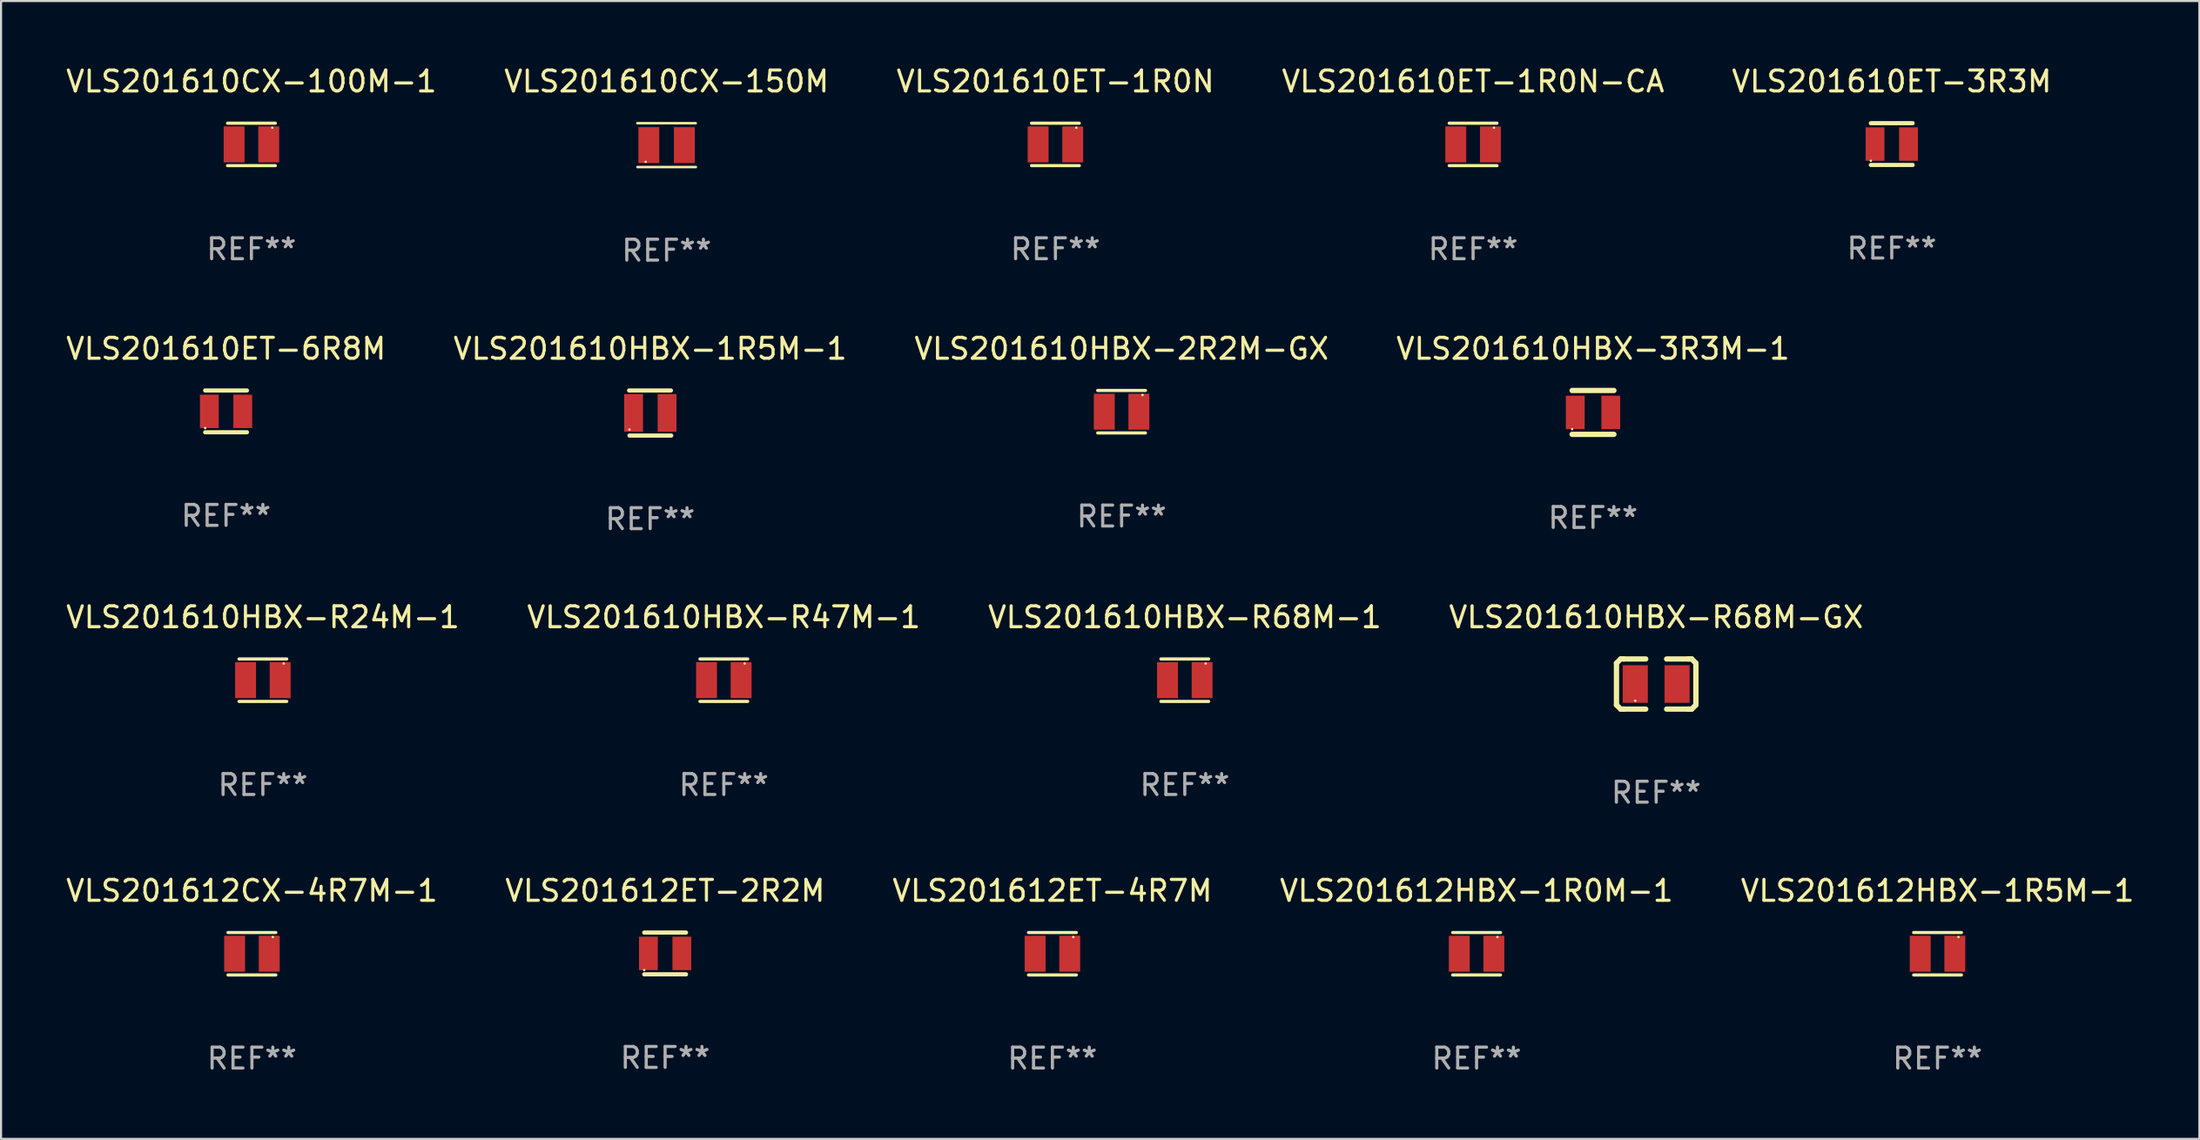
<source format=kicad_pcb>
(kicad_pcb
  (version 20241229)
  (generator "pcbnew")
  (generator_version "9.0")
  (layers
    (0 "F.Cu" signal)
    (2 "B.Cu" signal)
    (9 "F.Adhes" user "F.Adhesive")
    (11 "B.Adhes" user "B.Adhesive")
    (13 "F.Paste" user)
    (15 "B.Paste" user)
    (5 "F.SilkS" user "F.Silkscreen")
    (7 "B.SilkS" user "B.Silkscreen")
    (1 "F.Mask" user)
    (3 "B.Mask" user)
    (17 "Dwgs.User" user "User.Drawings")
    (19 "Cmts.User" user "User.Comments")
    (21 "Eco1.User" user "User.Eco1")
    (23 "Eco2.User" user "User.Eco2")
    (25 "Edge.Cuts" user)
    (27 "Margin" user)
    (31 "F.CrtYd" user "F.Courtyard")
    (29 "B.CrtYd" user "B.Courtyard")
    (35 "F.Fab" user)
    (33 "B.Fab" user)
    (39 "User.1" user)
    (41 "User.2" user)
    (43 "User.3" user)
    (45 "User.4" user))
  (footprint "VLS201610HBX-R68M-1"
    (layer "F.Cu")
    (at 53.649 29.515)
    (property "Reference" "VLS201610HBX-R68M-1" (at 0 -3.016 0) (layer "F.SilkS") (effects (font (size 1 1) (thickness 0.15))))
    (attr through_hole)
    (fp_line (start -1.143 -1.016) (end 1.143 -1.016) (stroke (width 0.152) (type solid)) (layer "F.SilkS"))
    (fp_line (start 1.143 1.016) (end -1.143 1.016) (stroke (width 0.152) (type solid)) (layer "F.SilkS"))
    (fp_circle (center 1 -0.8) (end 1.03 -0.8) (stroke (width 0.06) (type solid)) (fill no) (layer "F.SilkS"))
    (fp_text user "REF**" (at 0 5.016 0) (layer "F.Fab") (effects (font (size 1 1) (thickness 0.15))))
    (pad "1" smd rect (at 0.828 0) (size 1 1.72) (layers "F.Cu" "F.Mask" "F.Paste"))
    (pad "2" smd rect (at -0.828 0) (size 1 1.72) (layers "F.Cu" "F.Mask" "F.Paste")))
  (footprint "VLS201612HBX-1R0M-1"
    (layer "F.Cu")
    (at 67.613 42.612)
    (property "Reference" "VLS201612HBX-1R0M-1" (at 0 -3.016 0) (layer "F.SilkS") (effects (font (size 1 1) (thickness 0.15))))
    (attr through_hole)
    (fp_line (start -1.143 -1.016) (end 1.143 -1.016) (stroke (width 0.152) (type solid)) (layer "F.SilkS"))
    (fp_line (start 1.143 1.016) (end -1.143 1.016) (stroke (width 0.152) (type solid)) (layer "F.SilkS"))
    (fp_circle (center 1 -0.8) (end 1.03 -0.8) (stroke (width 0.06) (type solid)) (fill no) (layer "F.SilkS"))
    (fp_text user "REF**" (at 0 5.016 0) (layer "F.Fab") (effects (font (size 1 1) (thickness 0.15))))
    (pad "1" smd rect (at 0.828 0) (size 1 1.72) (layers "F.Cu" "F.Mask" "F.Paste"))
    (pad "2" smd rect (at -0.828 0) (size 1 1.72) (layers "F.Cu" "F.Mask" "F.Paste")))
  (footprint "VLS201612ET-2R2M"
    (layer "F.Cu")
    (at 28.78 42.596)
    (property "Reference" "VLS201612ET-2R2M" (at 0 -3 0) (layer "F.SilkS") (effects (font (size 1 1) (thickness 0.15))))
    (attr through_hole)
    (fp_line (start -1 -1) (end 1 -1) (stroke (width 0.2) (type solid)) (layer "F.SilkS"))
    (fp_line (start -1 1) (end 1 1) (stroke (width 0.2) (type solid)) (layer "F.SilkS"))
    (fp_circle (center -1 0.8) (end -0.97 0.8) (stroke (width 0.06) (type solid)) (fill no) (layer "F.SilkS"))
    (fp_text user "REF**" (at 0 5 0) (layer "F.Fab") (effects (font (size 1 1) (thickness 0.15))))
    (pad "1" smd rect (at -0.8 0) (size 0.9 1.6) (layers "F.Cu" "F.Mask" "F.Paste"))
    (pad "2" smd rect (at 0.8 0) (size 0.9 1.6) (layers "F.Cu" "F.Mask" "F.Paste")))
  (footprint "VLS201610HBX-R24M-1"
    (layer "F.Cu")
    (at 9.53 29.515)
    (property "Reference" "VLS201610HBX-R24M-1" (at 0 -3.016 0) (layer "F.SilkS") (effects (font (size 1 1) (thickness 0.15))))
    (attr through_hole)
    (fp_line (start -1.143 -1.016) (end 1.143 -1.016) (stroke (width 0.152) (type solid)) (layer "F.SilkS"))
    (fp_line (start 1.143 1.016) (end -1.143 1.016) (stroke (width 0.152) (type solid)) (layer "F.SilkS"))
    (fp_circle (center 1 -0.8) (end 1.03 -0.8) (stroke (width 0.06) (type solid)) (fill no) (layer "F.SilkS"))
    (fp_text user "REF**" (at 0 5.016 0) (layer "F.Fab") (effects (font (size 1 1) (thickness 0.15))))
    (pad "1" smd rect (at 0.828 0) (size 1 1.72) (layers "F.Cu" "F.Mask" "F.Paste"))
    (pad "2" smd rect (at -0.828 0) (size 1 1.72) (layers "F.Cu" "F.Mask" "F.Paste")))
  (footprint "VLS201610HBX-R68M-GX"
    (layer "F.Cu")
    (at 76.208 29.699)
    (property "Reference" "VLS201610HBX-R68M-GX" (at 0 -3.2 0) (layer "F.SilkS") (effects (font (size 1 1) (thickness 0.15))))
    (attr through_hole)
    (fp_line (start -1.9 -1) (end -1.9 1) (stroke (width 0.254) (type solid)) (layer "F.SilkS"))
    (fp_line (start -1.7 -1.2) (end -1.9 -1) (stroke (width 0.254) (type solid)) (layer "F.SilkS"))
    (fp_line (start -1.7 1.2) (end -1.9 1) (stroke (width 0.254) (type solid)) (layer "F.SilkS"))
    (fp_line (start -1.55 -1.2) (end -1.7 -1.2) (stroke (width 0.254) (type solid)) (layer "F.SilkS"))
    (fp_line (start -1.55 1.2) (end -1.7 1.2) (stroke (width 0.254) (type solid)) (layer "F.SilkS"))
    (fp_line (start -0.5 -1.2) (end -1.55 -1.2) (stroke (width 0.254) (type solid)) (layer "F.SilkS"))
    (fp_line (start -0.5 1.2) (end -1.55 1.2) (stroke (width 0.254) (type solid)) (layer "F.SilkS"))
    (fp_line (start 0.5 -1.2) (end 1.55 -1.2) (stroke (width 0.254) (type solid)) (layer "F.SilkS"))
    (fp_line (start 0.5 1.2) (end 1.55 1.2) (stroke (width 0.254) (type solid)) (layer "F.SilkS"))
    (fp_line (start 1.55 -1.2) (end 1.7 -1.2) (stroke (width 0.254) (type solid)) (layer "F.SilkS"))
    (fp_line (start 1.55 1.2) (end 1.7 1.2) (stroke (width 0.254) (type solid)) (layer "F.SilkS"))
    (fp_line (start 1.7 -1.2) (end 1.9 -1) (stroke (width 0.254) (type solid)) (layer "F.SilkS"))
    (fp_line (start 1.7 1.2) (end 1.9 1) (stroke (width 0.254) (type solid)) (layer "F.SilkS"))
    (fp_line (start 1.9 -1) (end 1.9 1) (stroke (width 0.254) (type solid)) (layer "F.SilkS"))
    (fp_circle (center -1 0.8) (end -0.97 0.8) (stroke (width 0.06) (type solid)) (fill no) (layer "F.SilkS"))
    (fp_text user "REF**" (at 0 5.2 0) (layer "F.Fab") (effects (font (size 1 1) (thickness 0.15))))
    (pad "1" smd rect (at -1 0) (size 1.2 1.8) (layers "F.Cu" "F.Mask" "F.Paste"))
    (pad "2" smd rect (at 1 0) (size 1.2 1.8) (layers "F.Cu" "F.Mask" "F.Paste")))
  (footprint "VLS201610HBX-1R5M-1"
    (layer "F.Cu")
    (at 28.065 16.724)
    (property "Reference" "VLS201610HBX-1R5M-1" (at 0 -3.079 0) (layer "F.SilkS") (effects (font (size 1 1) (thickness 0.15))))
    (attr through_hole)
    (fp_line (start -1.008 -1.079) (end 0.992 -1.079) (stroke (width 0.2) (type solid)) (layer "F.SilkS"))
    (fp_line (start -0.992 1.079) (end 1.008 1.079) (stroke (width 0.2) (type solid)) (layer "F.SilkS"))
    (fp_circle (center -0.992 0.793) (end -0.962 0.793) (stroke (width 0.06) (type solid)) (fill no) (layer "F.SilkS"))
    (fp_text user "REF**" (at 0 5.079 0) (layer "F.Fab") (effects (font (size 1 1) (thickness 0.15))))
    (pad "1" smd rect (at -0.792 -0.007) (size 0.9 1.8) (layers "F.Cu" "F.Mask" "F.Paste"))
    (pad "2" smd rect (at 0.808 -0.007) (size 0.9 1.8) (layers "F.Cu" "F.Mask" "F.Paste")))
  (footprint "VLS201610ET-1R0N"
    (layer "F.Cu")
    (at 47.458 3.864)
    (property "Reference" "VLS201610ET-1R0N" (at 0 -3.016 0) (layer "F.SilkS") (effects (font (size 1 1) (thickness 0.15))))
    (attr through_hole)
    (fp_line (start -1.143 -1.016) (end 1.143 -1.016) (stroke (width 0.152) (type solid)) (layer "F.SilkS"))
    (fp_line (start 1.143 1.016) (end -1.143 1.016) (stroke (width 0.152) (type solid)) (layer "F.SilkS"))
    (fp_circle (center 1 -0.8) (end 1.03 -0.8) (stroke (width 0.06) (type solid)) (fill no) (layer "F.SilkS"))
    (fp_text user "REF**" (at 0 5.016 0) (layer "F.Fab") (effects (font (size 1 1) (thickness 0.15))))
    (pad "1" smd rect (at 0.828 0) (size 1 1.72) (layers "F.Cu" "F.Mask" "F.Paste"))
    (pad "2" smd rect (at -0.828 0) (size 1 1.72) (layers "F.Cu" "F.Mask" "F.Paste")))
  (footprint "VLS201610CX-150M"
    (layer "F.Cu")
    (at 28.851 3.898)
    (property "Reference" "VLS201610CX-150M" (at 0 -3.05 0) (layer "F.SilkS") (effects (font (size 1 1) (thickness 0.15))))
    (attr through_hole)
    (fp_line (start -1.4 -1.05) (end 1.394 -1.05) (stroke (width 0.12) (type solid)) (layer "F.SilkS"))
    (fp_line (start 1.4 1.05) (end -1.394 1.05) (stroke (width 0.12) (type solid)) (layer "F.SilkS"))
    (fp_circle (center -1 0.8) (end -0.97 0.8) (stroke (width 0.06) (type solid)) (fill no) (layer "F.SilkS"))
    (fp_text user "REF**" (at 0 5.05 0) (layer "F.Fab") (effects (font (size 1 1) (thickness 0.15))))
    (pad "1" smd rect (at -0.85 0.000013) (size 1 1.72) (layers "F.Cu" "F.Mask" "F.Paste"))
    (pad "2" smd rect (at 0.85 0.000013) (size 1 1.72) (layers "F.Cu" "F.Mask" "F.Paste")))
  (footprint "VLS201610ET-3R3M"
    (layer "F.Cu")
    (at 87.482 3.848)
    (property "Reference" "VLS201610ET-3R3M" (at 0 -3 0) (layer "F.SilkS") (effects (font (size 1 1) (thickness 0.15))))
    (attr through_hole)
    (fp_line (start -1 -1) (end 1 -1) (stroke (width 0.2) (type solid)) (layer "F.SilkS"))
    (fp_line (start -1 1) (end 1 1) (stroke (width 0.2) (type solid)) (layer "F.SilkS"))
    (fp_circle (center -1 0.8) (end -0.97 0.8) (stroke (width 0.06) (type solid)) (fill no) (layer "F.SilkS"))
    (fp_text user "REF**" (at 0 5 0) (layer "F.Fab") (effects (font (size 1 1) (thickness 0.15))))
    (pad "1" smd rect (at -0.8 0) (size 0.9 1.6) (layers "F.Cu" "F.Mask" "F.Paste"))
    (pad "2" smd rect (at 0.8 0) (size 0.9 1.6) (layers "F.Cu" "F.Mask" "F.Paste")))
  (footprint "VLS201612ET-4R7M"
    (layer "F.Cu")
    (at 47.315 42.612)
    (property "Reference" "VLS201612ET-4R7M" (at 0 -3.016 0) (layer "F.SilkS") (effects (font (size 1 1) (thickness 0.15))))
    (attr through_hole)
    (fp_line (start -1.143 -1.016) (end 1.143 -1.016) (stroke (width 0.152) (type solid)) (layer "F.SilkS"))
    (fp_line (start 1.143 1.016) (end -1.143 1.016) (stroke (width 0.152) (type solid)) (layer "F.SilkS"))
    (fp_circle (center 1 -0.8) (end 1.03 -0.8) (stroke (width 0.06) (type solid)) (fill no) (layer "F.SilkS"))
    (fp_text user "REF**" (at 0 5.016 0) (layer "F.Fab") (effects (font (size 1 1) (thickness 0.15))))
    (pad "1" smd rect (at 0.828 0) (size 1 1.72) (layers "F.Cu" "F.Mask" "F.Paste"))
    (pad "2" smd rect (at -0.828 0) (size 1 1.72) (layers "F.Cu" "F.Mask" "F.Paste")))
  (footprint "VLS201610HBX-3R3M-1"
    (layer "F.Cu")
    (at 73.185 16.695)
    (property "Reference" "VLS201610HBX-3R3M-1" (at 0 -3.05 0) (layer "F.SilkS") (effects (font (size 1 1) (thickness 0.15))))
    (attr through_hole)
    (fp_line (start -1 -1.05) (end 1 -1.05) (stroke (width 0.254) (type solid)) (layer "F.SilkS"))
    (fp_line (start -1 1.05) (end 1 1.05) (stroke (width 0.254) (type solid)) (layer "F.SilkS"))
    (fp_circle (center -1 0.8) (end -0.97 0.8) (stroke (width 0.06) (type solid)) (fill no) (layer "F.SilkS"))
    (fp_text user "REF**" (at 0 5.05 0) (layer "F.Fab") (effects (font (size 1 1) (thickness 0.15))))
    (pad "1" smd rect (at -0.85 0) (size 0.9 1.6) (layers "F.Cu" "F.Mask" "F.Paste"))
    (pad "2" smd rect (at 0.85 0) (size 0.9 1.6) (layers "F.Cu" "F.Mask" "F.Paste")))
  (footprint "VLS201610ET-6R8M"
    (layer "F.Cu")
    (at 7.768 16.645)
    (property "Reference" "VLS201610ET-6R8M" (at 0 -3 0) (layer "F.SilkS") (effects (font (size 1 1) (thickness 0.15))))
    (attr through_hole)
    (fp_line (start -1 -1) (end 1 -1) (stroke (width 0.2) (type solid)) (layer "F.SilkS"))
    (fp_line (start -1 1) (end 1 1) (stroke (width 0.2) (type solid)) (layer "F.SilkS"))
    (fp_circle (center -1 0.8) (end -0.97 0.8) (stroke (width 0.06) (type solid)) (fill no) (layer "F.SilkS"))
    (fp_text user "REF**" (at 0 5 0) (layer "F.Fab") (effects (font (size 1 1) (thickness 0.15))))
    (pad "1" smd rect (at -0.8 0) (size 0.9 1.6) (layers "F.Cu" "F.Mask" "F.Paste"))
    (pad "2" smd rect (at 0.8 0) (size 0.9 1.6) (layers "F.Cu" "F.Mask" "F.Paste")))
  (footprint "VLS201612HBX-1R5M-1"
    (layer "F.Cu")
    (at 89.673 42.612)
    (property "Reference" "VLS201612HBX-1R5M-1" (at 0 -3.016 0) (layer "F.SilkS") (effects (font (size 1 1) (thickness 0.15))))
    (attr through_hole)
    (fp_line (start -1.143 -1.016) (end 1.143 -1.016) (stroke (width 0.152) (type solid)) (layer "F.SilkS"))
    (fp_line (start 1.143 1.016) (end -1.143 1.016) (stroke (width 0.152) (type solid)) (layer "F.SilkS"))
    (fp_circle (center 1 -0.8) (end 1.03 -0.8) (stroke (width 0.06) (type solid)) (fill no) (layer "F.SilkS"))
    (fp_text user "REF**" (at 0 5.016 0) (layer "F.Fab") (effects (font (size 1 1) (thickness 0.15))))
    (pad "1" smd rect (at 0.828 0) (size 1 1.72) (layers "F.Cu" "F.Mask" "F.Paste"))
    (pad "2" smd rect (at -0.828 0) (size 1 1.72) (layers "F.Cu" "F.Mask" "F.Paste")))
  (footprint "VLS201610HBX-2R2M-GX"
    (layer "F.Cu")
    (at 50.625 16.661)
    (property "Reference" "VLS201610HBX-2R2M-GX" (at 0 -3.016 0) (layer "F.SilkS") (effects (font (size 1 1) (thickness 0.15))))
    (attr through_hole)
    (fp_line (start -1.143 -1.016) (end 1.143 -1.016) (stroke (width 0.152) (type solid)) (layer "F.SilkS"))
    (fp_line (start 1.143 1.016) (end -1.143 1.016) (stroke (width 0.152) (type solid)) (layer "F.SilkS"))
    (fp_circle (center 1 -0.8) (end 1.03 -0.8) (stroke (width 0.06) (type solid)) (fill no) (layer "F.SilkS"))
    (fp_text user "REF**" (at 0 5.016 0) (layer "F.Fab") (effects (font (size 1 1) (thickness 0.15))))
    (pad "1" smd rect (at 0.828 0) (size 1 1.72) (layers "F.Cu" "F.Mask" "F.Paste"))
    (pad "2" smd rect (at -0.828 0) (size 1 1.72) (layers "F.Cu" "F.Mask" "F.Paste")))
  (footprint "VLS201610ET-1R0N-CA"
    (layer "F.Cu")
    (at 67.446 3.864)
    (property "Reference" "VLS201610ET-1R0N-CA" (at 0 -3.016 0) (layer "F.SilkS") (effects (font (size 1 1) (thickness 0.15))))
    (attr through_hole)
    (fp_line (start -1.143 -1.016) (end 1.143 -1.016) (stroke (width 0.152) (type solid)) (layer "F.SilkS"))
    (fp_line (start 1.143 1.016) (end -1.143 1.016) (stroke (width 0.152) (type solid)) (layer "F.SilkS"))
    (fp_circle (center 1 -0.8) (end 1.03 -0.8) (stroke (width 0.06) (type solid)) (fill no) (layer "F.SilkS"))
    (fp_text user "REF**" (at 0 5.016 0) (layer "F.Fab") (effects (font (size 1 1) (thickness 0.15))))
    (pad "1" smd rect (at 0.828 0) (size 1 1.72) (layers "F.Cu" "F.Mask" "F.Paste"))
    (pad "2" smd rect (at -0.828 0) (size 1 1.72) (layers "F.Cu" "F.Mask" "F.Paste")))
  (footprint "VLS201610CX-100M-1"
    (layer "F.Cu")
    (at 8.982 3.864)
    (property "Reference" "VLS201610CX-100M-1" (at 0 -3.016 0) (layer "F.SilkS") (effects (font (size 1 1) (thickness 0.15))))
    (attr through_hole)
    (fp_line (start -1.143 -1.016) (end 1.143 -1.016) (stroke (width 0.152) (type solid)) (layer "F.SilkS"))
    (fp_line (start 1.143 1.016) (end -1.143 1.016) (stroke (width 0.152) (type solid)) (layer "F.SilkS"))
    (fp_circle (center 1 -0.8) (end 1.03 -0.8) (stroke (width 0.06) (type solid)) (fill no) (layer "F.SilkS"))
    (fp_text user "REF**" (at 0 5.016 0) (layer "F.Fab") (effects (font (size 1 1) (thickness 0.15))))
    (pad "1" smd rect (at 0.828 0) (size 1 1.72) (layers "F.Cu" "F.Mask" "F.Paste"))
    (pad "2" smd rect (at -0.828 0) (size 1 1.72) (layers "F.Cu" "F.Mask" "F.Paste")))
  (footprint "VLS201612CX-4R7M-1"
    (layer "F.Cu")
    (at 9.006 42.612)
    (property "Reference" "VLS201612CX-4R7M-1" (at 0 -3.016 0) (layer "F.SilkS") (effects (font (size 1 1) (thickness 0.15))))
    (attr through_hole)
    (fp_line (start -1.143 -1.016) (end 1.143 -1.016) (stroke (width 0.152) (type solid)) (layer "F.SilkS"))
    (fp_line (start 1.143 1.016) (end -1.143 1.016) (stroke (width 0.152) (type solid)) (layer "F.SilkS"))
    (fp_circle (center 1 -0.8) (end 1.03 -0.8) (stroke (width 0.06) (type solid)) (fill no) (layer "F.SilkS"))
    (fp_text user "REF**" (at 0 5.016 0) (layer "F.Fab") (effects (font (size 1 1) (thickness 0.15))))
    (pad "1" smd rect (at 0.828 0) (size 1 1.72) (layers "F.Cu" "F.Mask" "F.Paste"))
    (pad "2" smd rect (at -0.828 0) (size 1 1.72) (layers "F.Cu" "F.Mask" "F.Paste")))
  (footprint "VLS201610HBX-R47M-1"
    (layer "F.Cu")
    (at 31.589 29.515)
    (property "Reference" "VLS201610HBX-R47M-1" (at 0 -3.016 0) (layer "F.SilkS") (effects (font (size 1 1) (thickness 0.15))))
    (attr through_hole)
    (fp_line (start -1.143 -1.016) (end 1.143 -1.016) (stroke (width 0.152) (type solid)) (layer "F.SilkS"))
    (fp_line (start 1.143 1.016) (end -1.143 1.016) (stroke (width 0.152) (type solid)) (layer "F.SilkS"))
    (fp_circle (center 1 -0.8) (end 1.03 -0.8) (stroke (width 0.06) (type solid)) (fill no) (layer "F.SilkS"))
    (fp_text user "REF**" (at 0 5.016 0) (layer "F.Fab") (effects (font (size 1 1) (thickness 0.15))))
    (pad "1" smd rect (at 0.828 0) (size 1 1.72) (layers "F.Cu" "F.Mask" "F.Paste"))
    (pad "2" smd rect (at -0.828 0) (size 1 1.72) (layers "F.Cu" "F.Mask" "F.Paste")))
  (gr_rect
    (start -3 -3)
    (end 102.202 51.476)
    (stroke (width 0.1) (type default))
    (fill no)
    (layer "Edge.Cuts")))
</source>
